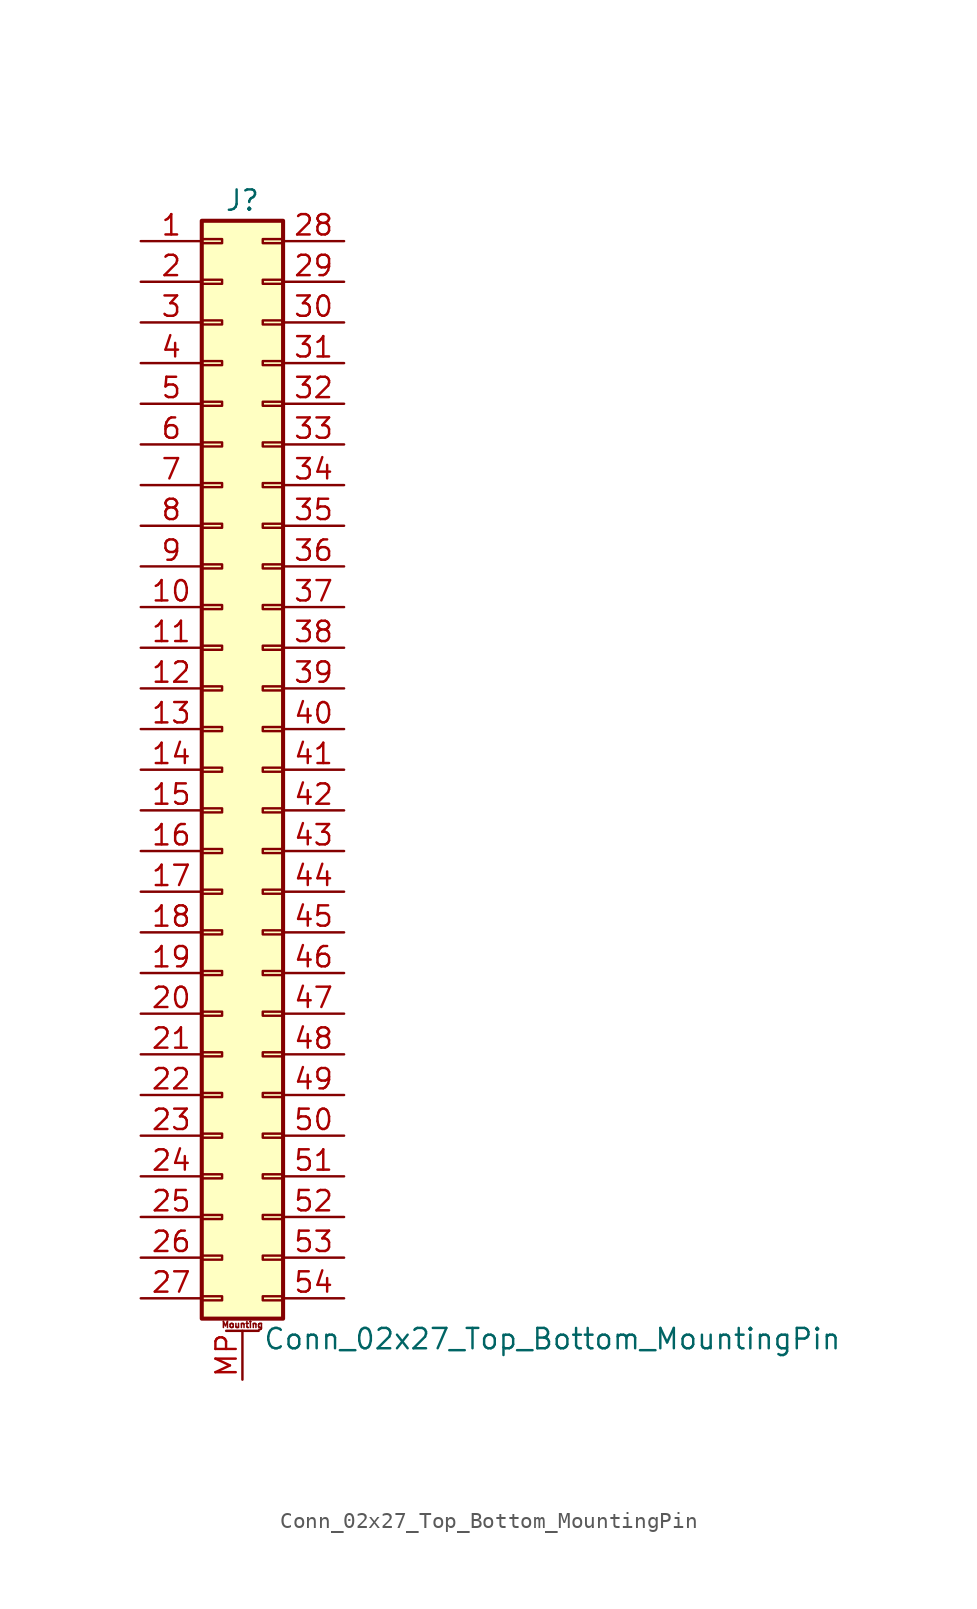
<source format=kicad_sym>
(kicad_symbol_lib
  (version 20201005)
  (generator kicad_symbol_editor)
  (symbol "Conn_02x27_Top_Bottom_MountingPin"
    (pin_names
      (offset 1.016) hide)
    (property "Reference" "J"
      (at 1.27 35.56 0)
      (effects (font (size 1.27 1.27))))
    (property "Value" "Conn_02x27_Top_Bottom_MountingPin"
      (at 2.54 -35.56 0)
      (effects (font (size 1.27 1.27)) (justify left)))
    (symbol "Conn_02x27_Top_Bottom_MountingPin_1_1"
      (text "Mounting" (at 1.27 -34.671 0) (effects (font (size 0.381 0.381))))
      (rectangle (start -1.27 -32.893) (end 0 -33.147) (stroke (width 0.152)) (fill (type none)))
      (rectangle (start -1.27 -30.353) (end 0 -30.607) (stroke (width 0.152)) (fill (type none)))
      (rectangle (start -1.27 -27.813) (end 0 -28.067) (stroke (width 0.152)) (fill (type none)))
      (rectangle (start -1.27 -25.273) (end 0 -25.527) (stroke (width 0.152)) (fill (type none)))
      (rectangle (start -1.27 -22.733) (end 0 -22.987) (stroke (width 0.152)) (fill (type none)))
      (rectangle (start -1.27 -20.193) (end 0 -20.447) (stroke (width 0.152)) (fill (type none)))
      (rectangle (start -1.27 -17.653) (end 0 -17.907) (stroke (width 0.152)) (fill (type none)))
      (rectangle (start -1.27 -15.113) (end 0 -15.367) (stroke (width 0.152)) (fill (type none)))
      (rectangle (start -1.27 -12.573) (end 0 -12.827) (stroke (width 0.152)) (fill (type none)))
      (rectangle (start -1.27 -10.033) (end 0 -10.287) (stroke (width 0.152)) (fill (type none)))
      (rectangle (start -1.27 -7.493) (end 0 -7.747) (stroke (width 0.152)) (fill (type none)))
      (rectangle (start -1.27 -4.953) (end 0 -5.207) (stroke (width 0.152)) (fill (type none)))
      (rectangle (start -1.27 -2.413) (end 0 -2.667) (stroke (width 0.152)) (fill (type none)))
      (rectangle (start -1.27 0.127) (end 0 -0.127) (stroke (width 0.152)) (fill (type none)))
      (rectangle (start -1.27 2.667) (end 0 2.413) (stroke (width 0.152)) (fill (type none)))
      (rectangle (start -1.27 5.207) (end 0 4.953) (stroke (width 0.152)) (fill (type none)))
      (rectangle (start -1.27 7.747) (end 0 7.493) (stroke (width 0.152)) (fill (type none)))
      (rectangle (start -1.27 10.287) (end 0 10.033) (stroke (width 0.152)) (fill (type none)))
      (rectangle (start -1.27 12.827) (end 0 12.573) (stroke (width 0.152)) (fill (type none)))
      (rectangle (start -1.27 15.367) (end 0 15.113) (stroke (width 0.152)) (fill (type none)))
      (rectangle (start -1.27 17.907) (end 0 17.653) (stroke (width 0.152)) (fill (type none)))
      (rectangle (start -1.27 20.447) (end 0 20.193) (stroke (width 0.152)) (fill (type none)))
      (rectangle (start -1.27 22.987) (end 0 22.733) (stroke (width 0.152)) (fill (type none)))
      (rectangle (start -1.27 25.527) (end 0 25.273) (stroke (width 0.152)) (fill (type none)))
      (rectangle (start -1.27 28.067) (end 0 27.813) (stroke (width 0.152)) (fill (type none)))
      (rectangle (start -1.27 30.607) (end 0 30.353) (stroke (width 0.152)) (fill (type none)))
      (rectangle (start -1.27 33.147) (end 0 32.893) (stroke (width 0.152)) (fill (type none)))
      (rectangle (start -1.27 34.29) (end 3.81 -34.29) (stroke (width 0.254)) (fill (type background)))
      (rectangle (start 3.81 -32.893) (end 2.54 -33.147) (stroke (width 0.152)) (fill (type none)))
      (rectangle (start 3.81 -30.353) (end 2.54 -30.607) (stroke (width 0.152)) (fill (type none)))
      (rectangle (start 3.81 -27.813) (end 2.54 -28.067) (stroke (width 0.152)) (fill (type none)))
      (rectangle (start 3.81 -25.273) (end 2.54 -25.527) (stroke (width 0.152)) (fill (type none)))
      (rectangle (start 3.81 -22.733) (end 2.54 -22.987) (stroke (width 0.152)) (fill (type none)))
      (rectangle (start 3.81 -20.193) (end 2.54 -20.447) (stroke (width 0.152)) (fill (type none)))
      (rectangle (start 3.81 -17.653) (end 2.54 -17.907) (stroke (width 0.152)) (fill (type none)))
      (rectangle (start 3.81 -15.113) (end 2.54 -15.367) (stroke (width 0.152)) (fill (type none)))
      (rectangle (start 3.81 -12.573) (end 2.54 -12.827) (stroke (width 0.152)) (fill (type none)))
      (rectangle (start 3.81 -10.033) (end 2.54 -10.287) (stroke (width 0.152)) (fill (type none)))
      (rectangle (start 3.81 -7.493) (end 2.54 -7.747) (stroke (width 0.152)) (fill (type none)))
      (rectangle (start 3.81 -4.953) (end 2.54 -5.207) (stroke (width 0.152)) (fill (type none)))
      (rectangle (start 3.81 -2.413) (end 2.54 -2.667) (stroke (width 0.152)) (fill (type none)))
      (rectangle (start 3.81 0.127) (end 2.54 -0.127) (stroke (width 0.152)) (fill (type none)))
      (rectangle (start 3.81 2.667) (end 2.54 2.413) (stroke (width 0.152)) (fill (type none)))
      (rectangle (start 3.81 5.207) (end 2.54 4.953) (stroke (width 0.152)) (fill (type none)))
      (rectangle (start 3.81 7.747) (end 2.54 7.493) (stroke (width 0.152)) (fill (type none)))
      (rectangle (start 3.81 10.287) (end 2.54 10.033) (stroke (width 0.152)) (fill (type none)))
      (rectangle (start 3.81 12.827) (end 2.54 12.573) (stroke (width 0.152)) (fill (type none)))
      (rectangle (start 3.81 15.367) (end 2.54 15.113) (stroke (width 0.152)) (fill (type none)))
      (rectangle (start 3.81 17.907) (end 2.54 17.653) (stroke (width 0.152)) (fill (type none)))
      (rectangle (start 3.81 20.447) (end 2.54 20.193) (stroke (width 0.152)) (fill (type none)))
      (rectangle (start 3.81 22.987) (end 2.54 22.733) (stroke (width 0.152)) (fill (type none)))
      (rectangle (start 3.81 25.527) (end 2.54 25.273) (stroke (width 0.152)) (fill (type none)))
      (rectangle (start 3.81 28.067) (end 2.54 27.813) (stroke (width 0.152)) (fill (type none)))
      (rectangle (start 3.81 30.607) (end 2.54 30.353) (stroke (width 0.152)) (fill (type none)))
      (rectangle (start 3.81 33.147) (end 2.54 32.893) (stroke (width 0.152)) (fill (type none)))
      (polyline (pts (xy 0.254 -35.052) (xy 2.286 -35.052)) (stroke (width 0.152)) (fill (type none)))
      (pin passive line (at -5.08 33.02 0) (length 3.81) (name "Pin_1" (effects (font (size 1.27 1.27)))) (number "1" (effects (font (size 1.27 1.27)))))
      (pin passive line (at -5.08 10.16 0) (length 3.81) (name "Pin_10" (effects (font (size 1.27 1.27)))) (number "10" (effects (font (size 1.27 1.27)))))
      (pin passive line (at -5.08 7.62 0) (length 3.81) (name "Pin_11" (effects (font (size 1.27 1.27)))) (number "11" (effects (font (size 1.27 1.27)))))
      (pin passive line (at -5.08 5.08 0) (length 3.81) (name "Pin_12" (effects (font (size 1.27 1.27)))) (number "12" (effects (font (size 1.27 1.27)))))
      (pin passive line (at -5.08 2.54 0) (length 3.81) (name "Pin_13" (effects (font (size 1.27 1.27)))) (number "13" (effects (font (size 1.27 1.27)))))
      (pin passive line (at -5.08 0 0) (length 3.81) (name "Pin_14" (effects (font (size 1.27 1.27)))) (number "14" (effects (font (size 1.27 1.27)))))
      (pin passive line (at -5.08 -2.54 0) (length 3.81) (name "Pin_15" (effects (font (size 1.27 1.27)))) (number "15" (effects (font (size 1.27 1.27)))))
      (pin passive line (at -5.08 -5.08 0) (length 3.81) (name "Pin_16" (effects (font (size 1.27 1.27)))) (number "16" (effects (font (size 1.27 1.27)))))
      (pin passive line (at -5.08 -7.62 0) (length 3.81) (name "Pin_17" (effects (font (size 1.27 1.27)))) (number "17" (effects (font (size 1.27 1.27)))))
      (pin passive line (at -5.08 -10.16 0) (length 3.81) (name "Pin_18" (effects (font (size 1.27 1.27)))) (number "18" (effects (font (size 1.27 1.27)))))
      (pin passive line (at -5.08 -12.7 0) (length 3.81) (name "Pin_19" (effects (font (size 1.27 1.27)))) (number "19" (effects (font (size 1.27 1.27)))))
      (pin passive line (at -5.08 30.48 0) (length 3.81) (name "Pin_2" (effects (font (size 1.27 1.27)))) (number "2" (effects (font (size 1.27 1.27)))))
      (pin passive line (at -5.08 -15.24 0) (length 3.81) (name "Pin_20" (effects (font (size 1.27 1.27)))) (number "20" (effects (font (size 1.27 1.27)))))
      (pin passive line (at -5.08 -17.78 0) (length 3.81) (name "Pin_21" (effects (font (size 1.27 1.27)))) (number "21" (effects (font (size 1.27 1.27)))))
      (pin passive line (at -5.08 -20.32 0) (length 3.81) (name "Pin_22" (effects (font (size 1.27 1.27)))) (number "22" (effects (font (size 1.27 1.27)))))
      (pin passive line (at -5.08 -22.86 0) (length 3.81) (name "Pin_23" (effects (font (size 1.27 1.27)))) (number "23" (effects (font (size 1.27 1.27)))))
      (pin passive line (at -5.08 -25.4 0) (length 3.81) (name "Pin_24" (effects (font (size 1.27 1.27)))) (number "24" (effects (font (size 1.27 1.27)))))
      (pin passive line (at -5.08 -27.94 0) (length 3.81) (name "Pin_25" (effects (font (size 1.27 1.27)))) (number "25" (effects (font (size 1.27 1.27)))))
      (pin passive line (at -5.08 -30.48 0) (length 3.81) (name "Pin_26" (effects (font (size 1.27 1.27)))) (number "26" (effects (font (size 1.27 1.27)))))
      (pin passive line (at -5.08 -33.02 0) (length 3.81) (name "Pin_27" (effects (font (size 1.27 1.27)))) (number "27" (effects (font (size 1.27 1.27)))))
      (pin passive line (at 7.62 33.02 180) (length 3.81) (name "Pin_28" (effects (font (size 1.27 1.27)))) (number "28" (effects (font (size 1.27 1.27)))))
      (pin passive line (at 7.62 30.48 180) (length 3.81) (name "Pin_29" (effects (font (size 1.27 1.27)))) (number "29" (effects (font (size 1.27 1.27)))))
      (pin passive line (at -5.08 27.94 0) (length 3.81) (name "Pin_3" (effects (font (size 1.27 1.27)))) (number "3" (effects (font (size 1.27 1.27)))))
      (pin passive line (at 7.62 27.94 180) (length 3.81) (name "Pin_30" (effects (font (size 1.27 1.27)))) (number "30" (effects (font (size 1.27 1.27)))))
      (pin passive line (at 7.62 25.4 180) (length 3.81) (name "Pin_31" (effects (font (size 1.27 1.27)))) (number "31" (effects (font (size 1.27 1.27)))))
      (pin passive line (at 7.62 22.86 180) (length 3.81) (name "Pin_32" (effects (font (size 1.27 1.27)))) (number "32" (effects (font (size 1.27 1.27)))))
      (pin passive line (at 7.62 20.32 180) (length 3.81) (name "Pin_33" (effects (font (size 1.27 1.27)))) (number "33" (effects (font (size 1.27 1.27)))))
      (pin passive line (at 7.62 17.78 180) (length 3.81) (name "Pin_34" (effects (font (size 1.27 1.27)))) (number "34" (effects (font (size 1.27 1.27)))))
      (pin passive line (at 7.62 15.24 180) (length 3.81) (name "Pin_35" (effects (font (size 1.27 1.27)))) (number "35" (effects (font (size 1.27 1.27)))))
      (pin passive line (at 7.62 12.7 180) (length 3.81) (name "Pin_36" (effects (font (size 1.27 1.27)))) (number "36" (effects (font (size 1.27 1.27)))))
      (pin passive line (at 7.62 10.16 180) (length 3.81) (name "Pin_37" (effects (font (size 1.27 1.27)))) (number "37" (effects (font (size 1.27 1.27)))))
      (pin passive line (at 7.62 7.62 180) (length 3.81) (name "Pin_38" (effects (font (size 1.27 1.27)))) (number "38" (effects (font (size 1.27 1.27)))))
      (pin passive line (at 7.62 5.08 180) (length 3.81) (name "Pin_39" (effects (font (size 1.27 1.27)))) (number "39" (effects (font (size 1.27 1.27)))))
      (pin passive line (at -5.08 25.4 0) (length 3.81) (name "Pin_4" (effects (font (size 1.27 1.27)))) (number "4" (effects (font (size 1.27 1.27)))))
      (pin passive line (at 7.62 2.54 180) (length 3.81) (name "Pin_40" (effects (font (size 1.27 1.27)))) (number "40" (effects (font (size 1.27 1.27)))))
      (pin passive line (at 7.62 0 180) (length 3.81) (name "Pin_41" (effects (font (size 1.27 1.27)))) (number "41" (effects (font (size 1.27 1.27)))))
      (pin passive line (at 7.62 -2.54 180) (length 3.81) (name "Pin_42" (effects (font (size 1.27 1.27)))) (number "42" (effects (font (size 1.27 1.27)))))
      (pin passive line (at 7.62 -5.08 180) (length 3.81) (name "Pin_43" (effects (font (size 1.27 1.27)))) (number "43" (effects (font (size 1.27 1.27)))))
      (pin passive line (at 7.62 -7.62 180) (length 3.81) (name "Pin_44" (effects (font (size 1.27 1.27)))) (number "44" (effects (font (size 1.27 1.27)))))
      (pin passive line (at 7.62 -10.16 180) (length 3.81) (name "Pin_45" (effects (font (size 1.27 1.27)))) (number "45" (effects (font (size 1.27 1.27)))))
      (pin passive line (at 7.62 -12.7 180) (length 3.81) (name "Pin_46" (effects (font (size 1.27 1.27)))) (number "46" (effects (font (size 1.27 1.27)))))
      (pin passive line (at 7.62 -15.24 180) (length 3.81) (name "Pin_47" (effects (font (size 1.27 1.27)))) (number "47" (effects (font (size 1.27 1.27)))))
      (pin passive line (at 7.62 -17.78 180) (length 3.81) (name "Pin_48" (effects (font (size 1.27 1.27)))) (number "48" (effects (font (size 1.27 1.27)))))
      (pin passive line (at 7.62 -20.32 180) (length 3.81) (name "Pin_49" (effects (font (size 1.27 1.27)))) (number "49" (effects (font (size 1.27 1.27)))))
      (pin passive line (at -5.08 22.86 0) (length 3.81) (name "Pin_5" (effects (font (size 1.27 1.27)))) (number "5" (effects (font (size 1.27 1.27)))))
      (pin passive line (at 7.62 -22.86 180) (length 3.81) (name "Pin_50" (effects (font (size 1.27 1.27)))) (number "50" (effects (font (size 1.27 1.27)))))
      (pin passive line (at 7.62 -25.4 180) (length 3.81) (name "Pin_51" (effects (font (size 1.27 1.27)))) (number "51" (effects (font (size 1.27 1.27)))))
      (pin passive line (at 7.62 -27.94 180) (length 3.81) (name "Pin_52" (effects (font (size 1.27 1.27)))) (number "52" (effects (font (size 1.27 1.27)))))
      (pin passive line (at 7.62 -30.48 180) (length 3.81) (name "Pin_53" (effects (font (size 1.27 1.27)))) (number "53" (effects (font (size 1.27 1.27)))))
      (pin passive line (at 7.62 -33.02 180) (length 3.81) (name "Pin_54" (effects (font (size 1.27 1.27)))) (number "54" (effects (font (size 1.27 1.27)))))
      (pin passive line (at -5.08 20.32 0) (length 3.81) (name "Pin_6" (effects (font (size 1.27 1.27)))) (number "6" (effects (font (size 1.27 1.27)))))
      (pin passive line (at -5.08 17.78 0) (length 3.81) (name "Pin_7" (effects (font (size 1.27 1.27)))) (number "7" (effects (font (size 1.27 1.27)))))
      (pin passive line (at -5.08 15.24 0) (length 3.81) (name "Pin_8" (effects (font (size 1.27 1.27)))) (number "8" (effects (font (size 1.27 1.27)))))
      (pin passive line (at -5.08 12.7 0) (length 3.81) (name "Pin_9" (effects (font (size 1.27 1.27)))) (number "9" (effects (font (size 1.27 1.27)))))
      (pin passive line (at 1.27 -38.1 90) (length 3.048) (name "MountPin" (effects (font (size 1.27 1.27)))) (number "MP" (effects (font (size 1.27 1.27))))))))
</source>
